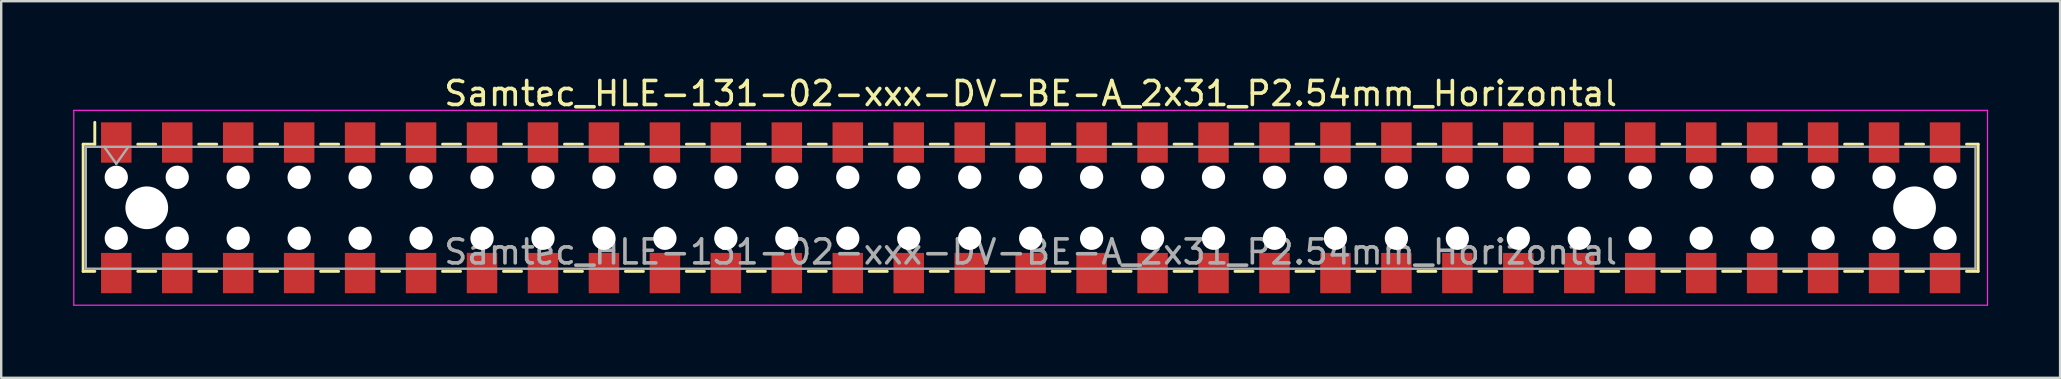
<source format=kicad_pcb>
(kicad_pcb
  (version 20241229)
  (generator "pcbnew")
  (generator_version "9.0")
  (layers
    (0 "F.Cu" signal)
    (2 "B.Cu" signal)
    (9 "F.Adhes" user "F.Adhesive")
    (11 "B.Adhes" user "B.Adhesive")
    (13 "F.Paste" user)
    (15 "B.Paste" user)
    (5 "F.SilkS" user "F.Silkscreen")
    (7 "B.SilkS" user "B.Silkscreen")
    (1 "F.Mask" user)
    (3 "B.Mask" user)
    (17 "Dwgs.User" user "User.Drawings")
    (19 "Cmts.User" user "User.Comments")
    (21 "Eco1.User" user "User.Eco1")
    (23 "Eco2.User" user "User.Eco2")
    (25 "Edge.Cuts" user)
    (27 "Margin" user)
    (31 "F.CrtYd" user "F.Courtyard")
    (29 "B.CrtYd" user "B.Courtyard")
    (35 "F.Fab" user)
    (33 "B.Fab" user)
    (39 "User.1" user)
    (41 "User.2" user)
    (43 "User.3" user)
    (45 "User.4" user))
  (footprint "Samtec_HLE-131-02-xxx-DV-BE-A_2x31_P2.54mm_Horizontal"
    (layer "F.Cu")
    (at 39.895 5.608)
    (property "Reference" "Samtec_HLE-131-02-xxx-DV-BE-A_2x31_P2.54mm_Horizontal" (at 0 -4.76 0) (layer "F.SilkS") (effects (font (size 1 1) (thickness 0.15))))
    (attr smd)
    (fp_line (start -39.48 -2.65) (end -39.48 2.65) (stroke (width 0.12) (type solid)) (layer "F.SilkS"))
    (fp_line (start -39.48 2.65) (end -38.995 2.65) (stroke (width 0.12) (type solid)) (layer "F.SilkS"))
    (fp_line (start -38.995 -3.56) (end -38.995 -2.65) (stroke (width 0.12) (type solid)) (layer "F.SilkS"))
    (fp_line (start -38.995 -2.65) (end -39.48 -2.65) (stroke (width 0.12) (type solid)) (layer "F.SilkS"))
    (fp_line (start -37.205 -2.65) (end -36.455 -2.65) (stroke (width 0.12) (type solid)) (layer "F.SilkS"))
    (fp_line (start -37.205 2.65) (end -36.455 2.65) (stroke (width 0.12) (type solid)) (layer "F.SilkS"))
    (fp_line (start -34.665 -2.65) (end -33.915 -2.65) (stroke (width 0.12) (type solid)) (layer "F.SilkS"))
    (fp_line (start -34.665 2.65) (end -33.915 2.65) (stroke (width 0.12) (type solid)) (layer "F.SilkS"))
    (fp_line (start -32.125 -2.65) (end -31.375 -2.65) (stroke (width 0.12) (type solid)) (layer "F.SilkS"))
    (fp_line (start -32.125 2.65) (end -31.375 2.65) (stroke (width 0.12) (type solid)) (layer "F.SilkS"))
    (fp_line (start -29.585 -2.65) (end -28.835 -2.65) (stroke (width 0.12) (type solid)) (layer "F.SilkS"))
    (fp_line (start -29.585 2.65) (end -28.835 2.65) (stroke (width 0.12) (type solid)) (layer "F.SilkS"))
    (fp_line (start -27.045 -2.65) (end -26.295 -2.65) (stroke (width 0.12) (type solid)) (layer "F.SilkS"))
    (fp_line (start -27.045 2.65) (end -26.295 2.65) (stroke (width 0.12) (type solid)) (layer "F.SilkS"))
    (fp_line (start -24.505 -2.65) (end -23.755 -2.65) (stroke (width 0.12) (type solid)) (layer "F.SilkS"))
    (fp_line (start -24.505 2.65) (end -23.755 2.65) (stroke (width 0.12) (type solid)) (layer "F.SilkS"))
    (fp_line (start -21.965 -2.65) (end -21.215 -2.65) (stroke (width 0.12) (type solid)) (layer "F.SilkS"))
    (fp_line (start -21.965 2.65) (end -21.215 2.65) (stroke (width 0.12) (type solid)) (layer "F.SilkS"))
    (fp_line (start -19.425 -2.65) (end -18.675 -2.65) (stroke (width 0.12) (type solid)) (layer "F.SilkS"))
    (fp_line (start -19.425 2.65) (end -18.675 2.65) (stroke (width 0.12) (type solid)) (layer "F.SilkS"))
    (fp_line (start -16.885 -2.65) (end -16.135 -2.65) (stroke (width 0.12) (type solid)) (layer "F.SilkS"))
    (fp_line (start -16.885 2.65) (end -16.135 2.65) (stroke (width 0.12) (type solid)) (layer "F.SilkS"))
    (fp_line (start -14.345 -2.65) (end -13.595 -2.65) (stroke (width 0.12) (type solid)) (layer "F.SilkS"))
    (fp_line (start -14.345 2.65) (end -13.595 2.65) (stroke (width 0.12) (type solid)) (layer "F.SilkS"))
    (fp_line (start -11.805 -2.65) (end -11.055 -2.65) (stroke (width 0.12) (type solid)) (layer "F.SilkS"))
    (fp_line (start -11.805 2.65) (end -11.055 2.65) (stroke (width 0.12) (type solid)) (layer "F.SilkS"))
    (fp_line (start -9.265 -2.65) (end -8.515 -2.65) (stroke (width 0.12) (type solid)) (layer "F.SilkS"))
    (fp_line (start -9.265 2.65) (end -8.515 2.65) (stroke (width 0.12) (type solid)) (layer "F.SilkS"))
    (fp_line (start -6.725 -2.65) (end -5.975 -2.65) (stroke (width 0.12) (type solid)) (layer "F.SilkS"))
    (fp_line (start -6.725 2.65) (end -5.975 2.65) (stroke (width 0.12) (type solid)) (layer "F.SilkS"))
    (fp_line (start -4.185 -2.65) (end -3.435 -2.65) (stroke (width 0.12) (type solid)) (layer "F.SilkS"))
    (fp_line (start -4.185 2.65) (end -3.435 2.65) (stroke (width 0.12) (type solid)) (layer "F.SilkS"))
    (fp_line (start -1.645 -2.65) (end -0.895 -2.65) (stroke (width 0.12) (type solid)) (layer "F.SilkS"))
    (fp_line (start -1.645 2.65) (end -0.895 2.65) (stroke (width 0.12) (type solid)) (layer "F.SilkS"))
    (fp_line (start 0.895 -2.65) (end 1.645 -2.65) (stroke (width 0.12) (type solid)) (layer "F.SilkS"))
    (fp_line (start 0.895 2.65) (end 1.645 2.65) (stroke (width 0.12) (type solid)) (layer "F.SilkS"))
    (fp_line (start 3.435 -2.65) (end 4.185 -2.65) (stroke (width 0.12) (type solid)) (layer "F.SilkS"))
    (fp_line (start 3.435 2.65) (end 4.185 2.65) (stroke (width 0.12) (type solid)) (layer "F.SilkS"))
    (fp_line (start 5.975 -2.65) (end 6.725 -2.65) (stroke (width 0.12) (type solid)) (layer "F.SilkS"))
    (fp_line (start 5.975 2.65) (end 6.725 2.65) (stroke (width 0.12) (type solid)) (layer "F.SilkS"))
    (fp_line (start 8.515 -2.65) (end 9.265 -2.65) (stroke (width 0.12) (type solid)) (layer "F.SilkS"))
    (fp_line (start 8.515 2.65) (end 9.265 2.65) (stroke (width 0.12) (type solid)) (layer "F.SilkS"))
    (fp_line (start 11.055 -2.65) (end 11.805 -2.65) (stroke (width 0.12) (type solid)) (layer "F.SilkS"))
    (fp_line (start 11.055 2.65) (end 11.805 2.65) (stroke (width 0.12) (type solid)) (layer "F.SilkS"))
    (fp_line (start 13.595 -2.65) (end 14.345 -2.65) (stroke (width 0.12) (type solid)) (layer "F.SilkS"))
    (fp_line (start 13.595 2.65) (end 14.345 2.65) (stroke (width 0.12) (type solid)) (layer "F.SilkS"))
    (fp_line (start 16.135 -2.65) (end 16.885 -2.65) (stroke (width 0.12) (type solid)) (layer "F.SilkS"))
    (fp_line (start 16.135 2.65) (end 16.885 2.65) (stroke (width 0.12) (type solid)) (layer "F.SilkS"))
    (fp_line (start 18.675 -2.65) (end 19.425 -2.65) (stroke (width 0.12) (type solid)) (layer "F.SilkS"))
    (fp_line (start 18.675 2.65) (end 19.425 2.65) (stroke (width 0.12) (type solid)) (layer "F.SilkS"))
    (fp_line (start 21.215 -2.65) (end 21.965 -2.65) (stroke (width 0.12) (type solid)) (layer "F.SilkS"))
    (fp_line (start 21.215 2.65) (end 21.965 2.65) (stroke (width 0.12) (type solid)) (layer "F.SilkS"))
    (fp_line (start 23.755 -2.65) (end 24.505 -2.65) (stroke (width 0.12) (type solid)) (layer "F.SilkS"))
    (fp_line (start 23.755 2.65) (end 24.505 2.65) (stroke (width 0.12) (type solid)) (layer "F.SilkS"))
    (fp_line (start 26.295 -2.65) (end 27.045 -2.65) (stroke (width 0.12) (type solid)) (layer "F.SilkS"))
    (fp_line (start 26.295 2.65) (end 27.045 2.65) (stroke (width 0.12) (type solid)) (layer "F.SilkS"))
    (fp_line (start 28.835 -2.65) (end 29.585 -2.65) (stroke (width 0.12) (type solid)) (layer "F.SilkS"))
    (fp_line (start 28.835 2.65) (end 29.585 2.65) (stroke (width 0.12) (type solid)) (layer "F.SilkS"))
    (fp_line (start 31.375 -2.65) (end 32.125 -2.65) (stroke (width 0.12) (type solid)) (layer "F.SilkS"))
    (fp_line (start 31.375 2.65) (end 32.125 2.65) (stroke (width 0.12) (type solid)) (layer "F.SilkS"))
    (fp_line (start 33.915 -2.65) (end 34.665 -2.65) (stroke (width 0.12) (type solid)) (layer "F.SilkS"))
    (fp_line (start 33.915 2.65) (end 34.665 2.65) (stroke (width 0.12) (type solid)) (layer "F.SilkS"))
    (fp_line (start 36.455 -2.65) (end 37.205 -2.65) (stroke (width 0.12) (type solid)) (layer "F.SilkS"))
    (fp_line (start 36.455 2.65) (end 37.205 2.65) (stroke (width 0.12) (type solid)) (layer "F.SilkS"))
    (fp_line (start 38.995 -2.65) (end 39.48 -2.65) (stroke (width 0.12) (type solid)) (layer "F.SilkS"))
    (fp_line (start 39.48 -2.65) (end 39.48 2.65) (stroke (width 0.12) (type solid)) (layer "F.SilkS"))
    (fp_line (start 39.48 2.65) (end 38.995 2.65) (stroke (width 0.12) (type solid)) (layer "F.SilkS"))
    (fp_line (start -39.87 -4.06) (end 39.87 -4.06) (stroke (width 0.05) (type solid)) (layer "F.CrtYd"))
    (fp_line (start -39.87 4.06) (end -39.87 -4.06) (stroke (width 0.05) (type solid)) (layer "F.CrtYd"))
    (fp_line (start 39.87 -4.06) (end 39.87 4.06) (stroke (width 0.05) (type solid)) (layer "F.CrtYd"))
    (fp_line (start 39.87 4.06) (end -39.87 4.06) (stroke (width 0.05) (type solid)) (layer "F.CrtYd"))
    (fp_line (start -39.37 -2.54) (end 39.37 -2.54) (stroke (width 0.1) (type solid)) (layer "F.Fab"))
    (fp_line (start -39.37 2.54) (end -39.37 -2.54) (stroke (width 0.1) (type solid)) (layer "F.Fab"))
    (fp_line (start -38.6 -2.54) (end -38.1 -1.833) (stroke (width 0.1) (type solid)) (layer "F.Fab"))
    (fp_line (start -38.1 -1.833) (end -37.6 -2.54) (stroke (width 0.1) (type solid)) (layer "F.Fab"))
    (fp_line (start 39.37 -2.54) (end 39.37 2.54) (stroke (width 0.1) (type solid)) (layer "F.Fab"))
    (fp_line (start 39.37 2.54) (end -39.37 2.54) (stroke (width 0.1) (type solid)) (layer "F.Fab"))
    (fp_text user "${REFERENCE}" (at 0 1.84 0) (layer "F.Fab") (effects (font (size 1 1) (thickness 0.15))))
    (pad "" np_thru_hole circle (at -38.1 -1.27) (size 0.97 0.97) (drill 0.97) (layers "*.Cu" "*.Mask"))
    (pad "" np_thru_hole circle (at -38.1 1.27) (size 0.97 0.97) (drill 0.97) (layers "*.Cu" "*.Mask"))
    (pad "" np_thru_hole circle (at -36.83 0) (size 1.78 1.78) (drill 1.78) (layers "*.Cu" "*.Mask"))
    (pad "" np_thru_hole circle (at -35.56 -1.27) (size 0.97 0.97) (drill 0.97) (layers "*.Cu" "*.Mask"))
    (pad "" np_thru_hole circle (at -35.56 1.27) (size 0.97 0.97) (drill 0.97) (layers "*.Cu" "*.Mask"))
    (pad "" np_thru_hole circle (at -33.02 -1.27) (size 0.97 0.97) (drill 0.97) (layers "*.Cu" "*.Mask"))
    (pad "" np_thru_hole circle (at -33.02 1.27) (size 0.97 0.97) (drill 0.97) (layers "*.Cu" "*.Mask"))
    (pad "" np_thru_hole circle (at -30.48 -1.27) (size 0.97 0.97) (drill 0.97) (layers "*.Cu" "*.Mask"))
    (pad "" np_thru_hole circle (at -30.48 1.27) (size 0.97 0.97) (drill 0.97) (layers "*.Cu" "*.Mask"))
    (pad "" np_thru_hole circle (at -27.94 -1.27) (size 0.97 0.97) (drill 0.97) (layers "*.Cu" "*.Mask"))
    (pad "" np_thru_hole circle (at -27.94 1.27) (size 0.97 0.97) (drill 0.97) (layers "*.Cu" "*.Mask"))
    (pad "" np_thru_hole circle (at -25.4 -1.27) (size 0.97 0.97) (drill 0.97) (layers "*.Cu" "*.Mask"))
    (pad "" np_thru_hole circle (at -25.4 1.27) (size 0.97 0.97) (drill 0.97) (layers "*.Cu" "*.Mask"))
    (pad "" np_thru_hole circle (at -22.86 -1.27) (size 0.97 0.97) (drill 0.97) (layers "*.Cu" "*.Mask"))
    (pad "" np_thru_hole circle (at -22.86 1.27) (size 0.97 0.97) (drill 0.97) (layers "*.Cu" "*.Mask"))
    (pad "" np_thru_hole circle (at -20.32 -1.27) (size 0.97 0.97) (drill 0.97) (layers "*.Cu" "*.Mask"))
    (pad "" np_thru_hole circle (at -20.32 1.27) (size 0.97 0.97) (drill 0.97) (layers "*.Cu" "*.Mask"))
    (pad "" np_thru_hole circle (at -17.78 -1.27) (size 0.97 0.97) (drill 0.97) (layers "*.Cu" "*.Mask"))
    (pad "" np_thru_hole circle (at -17.78 1.27) (size 0.97 0.97) (drill 0.97) (layers "*.Cu" "*.Mask"))
    (pad "" np_thru_hole circle (at -15.24 -1.27) (size 0.97 0.97) (drill 0.97) (layers "*.Cu" "*.Mask"))
    (pad "" np_thru_hole circle (at -15.24 1.27) (size 0.97 0.97) (drill 0.97) (layers "*.Cu" "*.Mask"))
    (pad "" np_thru_hole circle (at -12.7 -1.27) (size 0.97 0.97) (drill 0.97) (layers "*.Cu" "*.Mask"))
    (pad "" np_thru_hole circle (at -12.7 1.27) (size 0.97 0.97) (drill 0.97) (layers "*.Cu" "*.Mask"))
    (pad "" np_thru_hole circle (at -10.16 -1.27) (size 0.97 0.97) (drill 0.97) (layers "*.Cu" "*.Mask"))
    (pad "" np_thru_hole circle (at -10.16 1.27) (size 0.97 0.97) (drill 0.97) (layers "*.Cu" "*.Mask"))
    (pad "" np_thru_hole circle (at -7.62 -1.27) (size 0.97 0.97) (drill 0.97) (layers "*.Cu" "*.Mask"))
    (pad "" np_thru_hole circle (at -7.62 1.27) (size 0.97 0.97) (drill 0.97) (layers "*.Cu" "*.Mask"))
    (pad "" np_thru_hole circle (at -5.08 -1.27) (size 0.97 0.97) (drill 0.97) (layers "*.Cu" "*.Mask"))
    (pad "" np_thru_hole circle (at -5.08 1.27) (size 0.97 0.97) (drill 0.97) (layers "*.Cu" "*.Mask"))
    (pad "" np_thru_hole circle (at -2.54 -1.27) (size 0.97 0.97) (drill 0.97) (layers "*.Cu" "*.Mask"))
    (pad "" np_thru_hole circle (at -2.54 1.27) (size 0.97 0.97) (drill 0.97) (layers "*.Cu" "*.Mask"))
    (pad "" np_thru_hole circle (at 0 -1.27) (size 0.97 0.97) (drill 0.97) (layers "*.Cu" "*.Mask"))
    (pad "" np_thru_hole circle (at 0 1.27) (size 0.97 0.97) (drill 0.97) (layers "*.Cu" "*.Mask"))
    (pad "" np_thru_hole circle (at 2.54 -1.27) (size 0.97 0.97) (drill 0.97) (layers "*.Cu" "*.Mask"))
    (pad "" np_thru_hole circle (at 2.54 1.27) (size 0.97 0.97) (drill 0.97) (layers "*.Cu" "*.Mask"))
    (pad "" np_thru_hole circle (at 5.08 -1.27) (size 0.97 0.97) (drill 0.97) (layers "*.Cu" "*.Mask"))
    (pad "" np_thru_hole circle (at 5.08 1.27) (size 0.97 0.97) (drill 0.97) (layers "*.Cu" "*.Mask"))
    (pad "" np_thru_hole circle (at 7.62 -1.27) (size 0.97 0.97) (drill 0.97) (layers "*.Cu" "*.Mask"))
    (pad "" np_thru_hole circle (at 7.62 1.27) (size 0.97 0.97) (drill 0.97) (layers "*.Cu" "*.Mask"))
    (pad "" np_thru_hole circle (at 10.16 -1.27) (size 0.97 0.97) (drill 0.97) (layers "*.Cu" "*.Mask"))
    (pad "" np_thru_hole circle (at 10.16 1.27) (size 0.97 0.97) (drill 0.97) (layers "*.Cu" "*.Mask"))
    (pad "" np_thru_hole circle (at 12.7 -1.27) (size 0.97 0.97) (drill 0.97) (layers "*.Cu" "*.Mask"))
    (pad "" np_thru_hole circle (at 12.7 1.27) (size 0.97 0.97) (drill 0.97) (layers "*.Cu" "*.Mask"))
    (pad "" np_thru_hole circle (at 15.24 -1.27) (size 0.97 0.97) (drill 0.97) (layers "*.Cu" "*.Mask"))
    (pad "" np_thru_hole circle (at 15.24 1.27) (size 0.97 0.97) (drill 0.97) (layers "*.Cu" "*.Mask"))
    (pad "" np_thru_hole circle (at 17.78 -1.27) (size 0.97 0.97) (drill 0.97) (layers "*.Cu" "*.Mask"))
    (pad "" np_thru_hole circle (at 17.78 1.27) (size 0.97 0.97) (drill 0.97) (layers "*.Cu" "*.Mask"))
    (pad "" np_thru_hole circle (at 20.32 -1.27) (size 0.97 0.97) (drill 0.97) (layers "*.Cu" "*.Mask"))
    (pad "" np_thru_hole circle (at 20.32 1.27) (size 0.97 0.97) (drill 0.97) (layers "*.Cu" "*.Mask"))
    (pad "" np_thru_hole circle (at 22.86 -1.27) (size 0.97 0.97) (drill 0.97) (layers "*.Cu" "*.Mask"))
    (pad "" np_thru_hole circle (at 22.86 1.27) (size 0.97 0.97) (drill 0.97) (layers "*.Cu" "*.Mask"))
    (pad "" np_thru_hole circle (at 25.4 -1.27) (size 0.97 0.97) (drill 0.97) (layers "*.Cu" "*.Mask"))
    (pad "" np_thru_hole circle (at 25.4 1.27) (size 0.97 0.97) (drill 0.97) (layers "*.Cu" "*.Mask"))
    (pad "" np_thru_hole circle (at 27.94 -1.27) (size 0.97 0.97) (drill 0.97) (layers "*.Cu" "*.Mask"))
    (pad "" np_thru_hole circle (at 27.94 1.27) (size 0.97 0.97) (drill 0.97) (layers "*.Cu" "*.Mask"))
    (pad "" np_thru_hole circle (at 30.48 -1.27) (size 0.97 0.97) (drill 0.97) (layers "*.Cu" "*.Mask"))
    (pad "" np_thru_hole circle (at 30.48 1.27) (size 0.97 0.97) (drill 0.97) (layers "*.Cu" "*.Mask"))
    (pad "" np_thru_hole circle (at 33.02 -1.27) (size 0.97 0.97) (drill 0.97) (layers "*.Cu" "*.Mask"))
    (pad "" np_thru_hole circle (at 33.02 1.27) (size 0.97 0.97) (drill 0.97) (layers "*.Cu" "*.Mask"))
    (pad "" np_thru_hole circle (at 35.56 -1.27) (size 0.97 0.97) (drill 0.97) (layers "*.Cu" "*.Mask"))
    (pad "" np_thru_hole circle (at 35.56 1.27) (size 0.97 0.97) (drill 0.97) (layers "*.Cu" "*.Mask"))
    (pad "" np_thru_hole circle (at 36.83 0) (size 1.78 1.78) (drill 1.78) (layers "*.Cu" "*.Mask"))
    (pad "" np_thru_hole circle (at 38.1 -1.27) (size 0.97 0.97) (drill 0.97) (layers "*.Cu" "*.Mask"))
    (pad "" np_thru_hole circle (at 38.1 1.27) (size 0.97 0.97) (drill 0.97) (layers "*.Cu" "*.Mask"))
    (pad "1" smd rect (at -38.1 -2.72) (size 1.27 1.68) (layers "F.Cu" "F.Mask" "F.Paste"))
    (pad "2" smd rect (at -38.1 2.72) (size 1.27 1.68) (layers "F.Cu" "F.Mask" "F.Paste"))
    (pad "3" smd rect (at -35.56 -2.72) (size 1.27 1.68) (layers "F.Cu" "F.Mask" "F.Paste"))
    (pad "4" smd rect (at -35.56 2.72) (size 1.27 1.68) (layers "F.Cu" "F.Mask" "F.Paste"))
    (pad "5" smd rect (at -33.02 -2.72) (size 1.27 1.68) (layers "F.Cu" "F.Mask" "F.Paste"))
    (pad "6" smd rect (at -33.02 2.72) (size 1.27 1.68) (layers "F.Cu" "F.Mask" "F.Paste"))
    (pad "7" smd rect (at -30.48 -2.72) (size 1.27 1.68) (layers "F.Cu" "F.Mask" "F.Paste"))
    (pad "8" smd rect (at -30.48 2.72) (size 1.27 1.68) (layers "F.Cu" "F.Mask" "F.Paste"))
    (pad "9" smd rect (at -27.94 -2.72) (size 1.27 1.68) (layers "F.Cu" "F.Mask" "F.Paste"))
    (pad "10" smd rect (at -27.94 2.72) (size 1.27 1.68) (layers "F.Cu" "F.Mask" "F.Paste"))
    (pad "11" smd rect (at -25.4 -2.72) (size 1.27 1.68) (layers "F.Cu" "F.Mask" "F.Paste"))
    (pad "12" smd rect (at -25.4 2.72) (size 1.27 1.68) (layers "F.Cu" "F.Mask" "F.Paste"))
    (pad "13" smd rect (at -22.86 -2.72) (size 1.27 1.68) (layers "F.Cu" "F.Mask" "F.Paste"))
    (pad "14" smd rect (at -22.86 2.72) (size 1.27 1.68) (layers "F.Cu" "F.Mask" "F.Paste"))
    (pad "15" smd rect (at -20.32 -2.72) (size 1.27 1.68) (layers "F.Cu" "F.Mask" "F.Paste"))
    (pad "16" smd rect (at -20.32 2.72) (size 1.27 1.68) (layers "F.Cu" "F.Mask" "F.Paste"))
    (pad "17" smd rect (at -17.78 -2.72) (size 1.27 1.68) (layers "F.Cu" "F.Mask" "F.Paste"))
    (pad "18" smd rect (at -17.78 2.72) (size 1.27 1.68) (layers "F.Cu" "F.Mask" "F.Paste"))
    (pad "19" smd rect (at -15.24 -2.72) (size 1.27 1.68) (layers "F.Cu" "F.Mask" "F.Paste"))
    (pad "20" smd rect (at -15.24 2.72) (size 1.27 1.68) (layers "F.Cu" "F.Mask" "F.Paste"))
    (pad "21" smd rect (at -12.7 -2.72) (size 1.27 1.68) (layers "F.Cu" "F.Mask" "F.Paste"))
    (pad "22" smd rect (at -12.7 2.72) (size 1.27 1.68) (layers "F.Cu" "F.Mask" "F.Paste"))
    (pad "23" smd rect (at -10.16 -2.72) (size 1.27 1.68) (layers "F.Cu" "F.Mask" "F.Paste"))
    (pad "24" smd rect (at -10.16 2.72) (size 1.27 1.68) (layers "F.Cu" "F.Mask" "F.Paste"))
    (pad "25" smd rect (at -7.62 -2.72) (size 1.27 1.68) (layers "F.Cu" "F.Mask" "F.Paste"))
    (pad "26" smd rect (at -7.62 2.72) (size 1.27 1.68) (layers "F.Cu" "F.Mask" "F.Paste"))
    (pad "27" smd rect (at -5.08 -2.72) (size 1.27 1.68) (layers "F.Cu" "F.Mask" "F.Paste"))
    (pad "28" smd rect (at -5.08 2.72) (size 1.27 1.68) (layers "F.Cu" "F.Mask" "F.Paste"))
    (pad "29" smd rect (at -2.54 -2.72) (size 1.27 1.68) (layers "F.Cu" "F.Mask" "F.Paste"))
    (pad "30" smd rect (at -2.54 2.72) (size 1.27 1.68) (layers "F.Cu" "F.Mask" "F.Paste"))
    (pad "31" smd rect (at 0 -2.72) (size 1.27 1.68) (layers "F.Cu" "F.Mask" "F.Paste"))
    (pad "32" smd rect (at 0 2.72) (size 1.27 1.68) (layers "F.Cu" "F.Mask" "F.Paste"))
    (pad "33" smd rect (at 2.54 -2.72) (size 1.27 1.68) (layers "F.Cu" "F.Mask" "F.Paste"))
    (pad "34" smd rect (at 2.54 2.72) (size 1.27 1.68) (layers "F.Cu" "F.Mask" "F.Paste"))
    (pad "35" smd rect (at 5.08 -2.72) (size 1.27 1.68) (layers "F.Cu" "F.Mask" "F.Paste"))
    (pad "36" smd rect (at 5.08 2.72) (size 1.27 1.68) (layers "F.Cu" "F.Mask" "F.Paste"))
    (pad "37" smd rect (at 7.62 -2.72) (size 1.27 1.68) (layers "F.Cu" "F.Mask" "F.Paste"))
    (pad "38" smd rect (at 7.62 2.72) (size 1.27 1.68) (layers "F.Cu" "F.Mask" "F.Paste"))
    (pad "39" smd rect (at 10.16 -2.72) (size 1.27 1.68) (layers "F.Cu" "F.Mask" "F.Paste"))
    (pad "40" smd rect (at 10.16 2.72) (size 1.27 1.68) (layers "F.Cu" "F.Mask" "F.Paste"))
    (pad "41" smd rect (at 12.7 -2.72) (size 1.27 1.68) (layers "F.Cu" "F.Mask" "F.Paste"))
    (pad "42" smd rect (at 12.7 2.72) (size 1.27 1.68) (layers "F.Cu" "F.Mask" "F.Paste"))
    (pad "43" smd rect (at 15.24 -2.72) (size 1.27 1.68) (layers "F.Cu" "F.Mask" "F.Paste"))
    (pad "44" smd rect (at 15.24 2.72) (size 1.27 1.68) (layers "F.Cu" "F.Mask" "F.Paste"))
    (pad "45" smd rect (at 17.78 -2.72) (size 1.27 1.68) (layers "F.Cu" "F.Mask" "F.Paste"))
    (pad "46" smd rect (at 17.78 2.72) (size 1.27 1.68) (layers "F.Cu" "F.Mask" "F.Paste"))
    (pad "47" smd rect (at 20.32 -2.72) (size 1.27 1.68) (layers "F.Cu" "F.Mask" "F.Paste"))
    (pad "48" smd rect (at 20.32 2.72) (size 1.27 1.68) (layers "F.Cu" "F.Mask" "F.Paste"))
    (pad "49" smd rect (at 22.86 -2.72) (size 1.27 1.68) (layers "F.Cu" "F.Mask" "F.Paste"))
    (pad "50" smd rect (at 22.86 2.72) (size 1.27 1.68) (layers "F.Cu" "F.Mask" "F.Paste"))
    (pad "51" smd rect (at 25.4 -2.72) (size 1.27 1.68) (layers "F.Cu" "F.Mask" "F.Paste"))
    (pad "52" smd rect (at 25.4 2.72) (size 1.27 1.68) (layers "F.Cu" "F.Mask" "F.Paste"))
    (pad "53" smd rect (at 27.94 -2.72) (size 1.27 1.68) (layers "F.Cu" "F.Mask" "F.Paste"))
    (pad "54" smd rect (at 27.94 2.72) (size 1.27 1.68) (layers "F.Cu" "F.Mask" "F.Paste"))
    (pad "55" smd rect (at 30.48 -2.72) (size 1.27 1.68) (layers "F.Cu" "F.Mask" "F.Paste"))
    (pad "56" smd rect (at 30.48 2.72) (size 1.27 1.68) (layers "F.Cu" "F.Mask" "F.Paste"))
    (pad "57" smd rect (at 33.02 -2.72) (size 1.27 1.68) (layers "F.Cu" "F.Mask" "F.Paste"))
    (pad "58" smd rect (at 33.02 2.72) (size 1.27 1.68) (layers "F.Cu" "F.Mask" "F.Paste"))
    (pad "59" smd rect (at 35.56 -2.72) (size 1.27 1.68) (layers "F.Cu" "F.Mask" "F.Paste"))
    (pad "60" smd rect (at 35.56 2.72) (size 1.27 1.68) (layers "F.Cu" "F.Mask" "F.Paste"))
    (pad "61" smd rect (at 38.1 -2.72) (size 1.27 1.68) (layers "F.Cu" "F.Mask" "F.Paste"))
    (pad "62" smd rect (at 38.1 2.72) (size 1.27 1.68) (layers "F.Cu" "F.Mask" "F.Paste")))
  (gr_rect
    (start -3 -3)
    (end 82.79 12.693)
    (stroke (width 0.1) (type default))
    (fill no)
    (layer "Edge.Cuts")))
</source>
